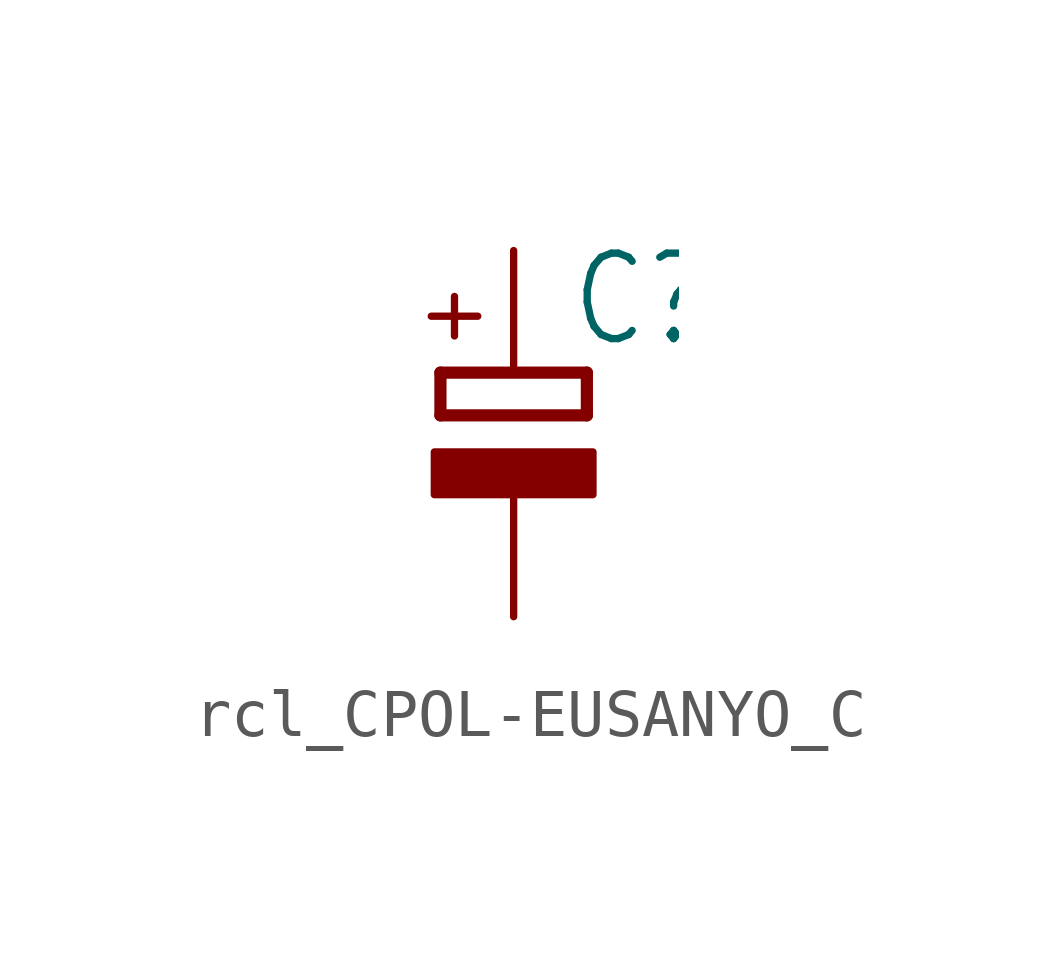
<source format=kicad_sym>
(kicad_symbol_lib
  (version 20241209)
  (generator "kicad_symbol_editor")
  (generator_version "9.0")
  (symbol "rcl_CPOL-EUSANYO_C"
    (property "Reference" "C"
      (at 1.143 0.483 0)
      (effects (font (size 1.778 1.511)) (justify left bottom)))
    (property "Value" ""
      (at 1.143 -4.597 0)
      (effects (font (size 1.778 1.511)) (justify left bottom)))
    (property "ki_locked" ""
      (at 0 0 0)
      (effects (font (size 1.27 1.27))))
    (symbol "rcl_CPOL-EUSANYO_C_1_0"
      (rectangle (start -1.651 -2.54) (end 1.651 -1.651) (stroke (width 0) (type default)) (fill (type outline)))
      (polyline (pts (xy -1.524 0) (xy -1.524 -0.889)) (stroke (width 0.254) (type solid)) (fill (type none)))
      (polyline (pts (xy -1.524 0) (xy 1.524 0)) (stroke (width 0.254) (type solid)) (fill (type none)))
      (polyline (pts (xy -1.524 -0.889) (xy 1.524 -0.889)) (stroke (width 0.254) (type solid)) (fill (type none)))
      (polyline (pts (xy 1.524 -0.889) (xy 1.524 0)) (stroke (width 0.254) (type solid)) (fill (type none)))
      (text "+" (at -0.584 0.406 900) (effects (font (size 1.27 1.079)) (justify left bottom)))
      (pin passive line (at 0 2.54 270) (length 2.54) (name "+" (effects (font (size 0 0)))) (number "+" (effects (font (size 0 0)))))
      (pin passive line (at 0 -5.08 90) (length 2.54) (name "-" (effects (font (size 0 0)))) (number "-" (effects (font (size 0 0))))))))
</source>
